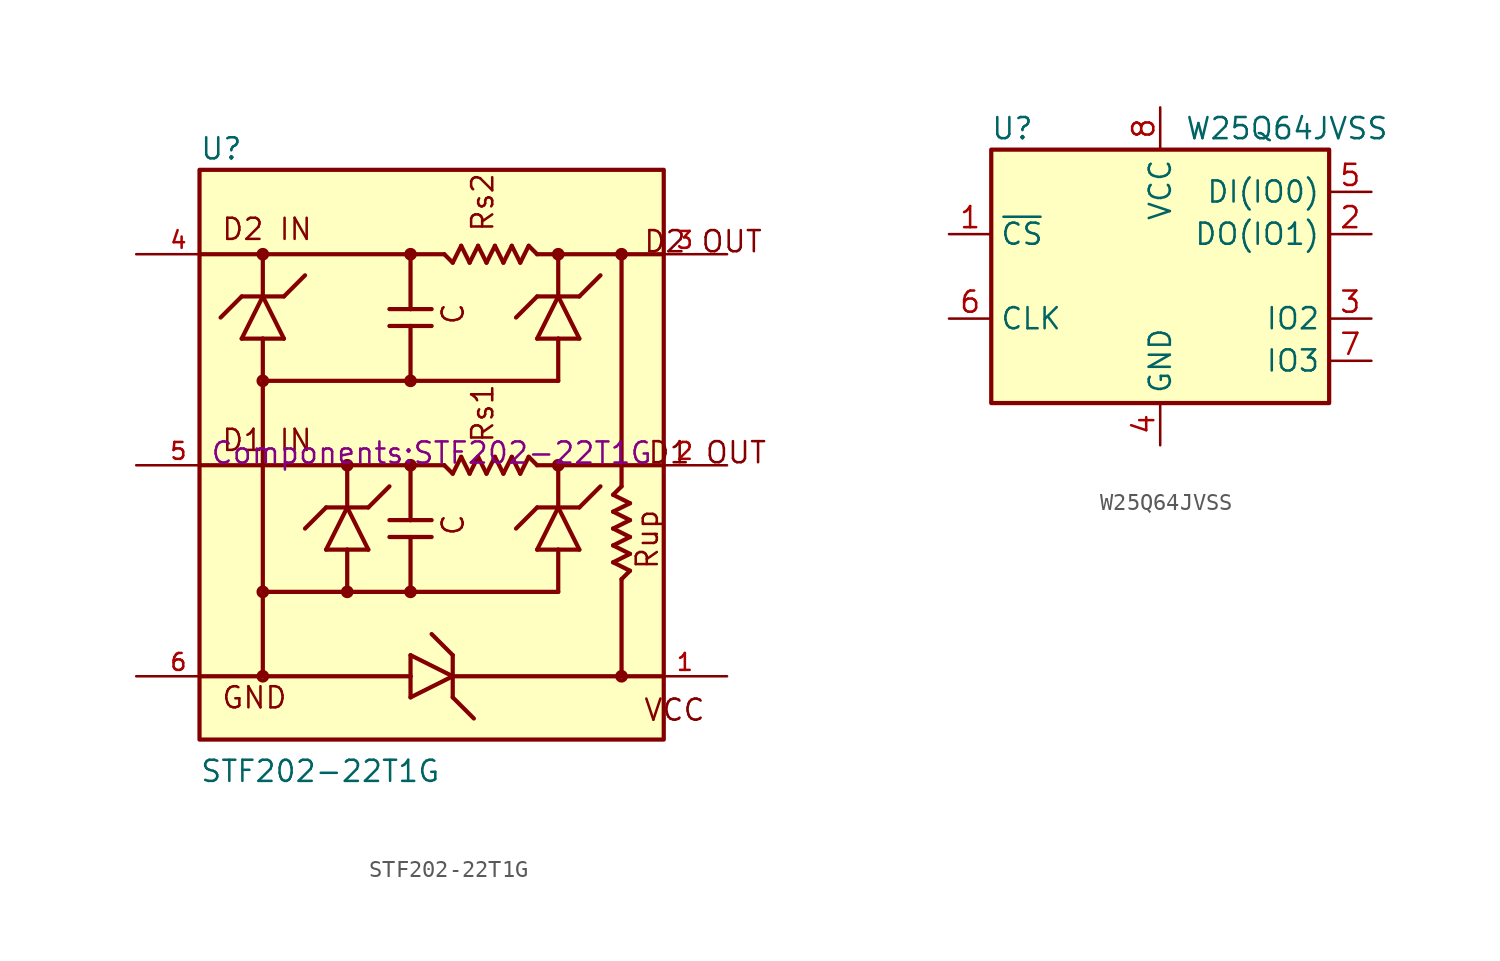
<source format=kicad_sym>
(kicad_symbol_lib
  (version 20211014)
  (generator kicad_symbol_editor)
  (symbol "STF202-22T1G"
    (pin_names
      (offset 1.016))
    (property "Reference" "U"
      (at -13.97 19.05 0)
      (effects (font (size 1.27 1.27)) (justify left)))
    (property "Value" "STF202-22T1G"
      (at -13.97 -18.415 0)
      (effects (font (size 1.27 1.27)) (justify left)))
    (property "Footprint" "Components:STF202-22T1G"
      (at 0 0 0)
      (effects (font (size 1.27 1.27)) (justify bottom)))
    (symbol "STF202-22T1G_0_0"
      (rectangle (start -13.97 -16.51) (end 13.97 17.78) (stroke (width 0.254) (type default) (color 0 0 0 0)) (fill (type background)))
      (circle (center -10.16 -12.7) (radius 0.254) (stroke (width 0.254) (type default) (color 0 0 0 0)) (fill (type none)))
      (circle (center -10.16 -7.62) (radius 0.254) (stroke (width 0.254) (type default) (color 0 0 0 0)) (fill (type none)))
      (circle (center -10.16 5.08) (radius 0.254) (stroke (width 0.254) (type default) (color 0 0 0 0)) (fill (type none)))
      (circle (center -10.16 12.7) (radius 0.254) (stroke (width 0.254) (type default) (color 0 0 0 0)) (fill (type none)))
      (circle (center -5.08 -7.62) (radius 0.254) (stroke (width 0.254) (type default) (color 0 0 0 0)) (fill (type none)))
      (circle (center -5.08 0) (radius 0.254) (stroke (width 0.254) (type default) (color 0 0 0 0)) (fill (type none)))
      (circle (center -1.27 -7.62) (radius 0.254) (stroke (width 0.254) (type default) (color 0 0 0 0)) (fill (type none)))
      (circle (center -1.27 0) (radius 0.254) (stroke (width 0.254) (type default) (color 0 0 0 0)) (fill (type none)))
      (circle (center -1.27 5.08) (radius 0.254) (stroke (width 0.254) (type default) (color 0 0 0 0)) (fill (type none)))
      (circle (center -1.27 12.7) (radius 0.254) (stroke (width 0.254) (type default) (color 0 0 0 0)) (fill (type none)))
      (polyline (pts (xy -13.97 -12.7) (xy -1.27 -12.7)) (stroke (width 0.254) (type default) (color 0 0 0 0)) (fill (type none)))
      (polyline (pts (xy -11.43 7.62) (xy -10.16 7.62)) (stroke (width 0.254) (type default) (color 0 0 0 0)) (fill (type none)))
      (polyline (pts (xy -11.43 10.16) (xy -12.7 8.89)) (stroke (width 0.254) (type default) (color 0 0 0 0)) (fill (type none)))
      (polyline (pts (xy -11.43 10.16) (xy -10.16 10.16)) (stroke (width 0.254) (type default) (color 0 0 0 0)) (fill (type none)))
      (polyline (pts (xy -10.16 -7.62) (xy -10.16 -12.7)) (stroke (width 0.254) (type default) (color 0 0 0 0)) (fill (type none)))
      (polyline (pts (xy -10.16 5.08) (xy -10.16 -7.62)) (stroke (width 0.254) (type default) (color 0 0 0 0)) (fill (type none)))
      (polyline (pts (xy -10.16 7.62) (xy -10.16 5.08)) (stroke (width 0.254) (type default) (color 0 0 0 0)) (fill (type none)))
      (polyline (pts (xy -10.16 7.62) (xy -8.89 7.62)) (stroke (width 0.254) (type default) (color 0 0 0 0)) (fill (type none)))
      (polyline (pts (xy -10.16 10.16) (xy -11.43 7.62)) (stroke (width 0.254) (type default) (color 0 0 0 0)) (fill (type none)))
      (polyline (pts (xy -10.16 10.16) (xy -8.89 10.16)) (stroke (width 0.254) (type default) (color 0 0 0 0)) (fill (type none)))
      (polyline (pts (xy -10.16 12.7) (xy -10.16 10.16)) (stroke (width 0.254) (type default) (color 0 0 0 0)) (fill (type none)))
      (polyline (pts (xy -8.89 7.62) (xy -10.16 10.16)) (stroke (width 0.254) (type default) (color 0 0 0 0)) (fill (type none)))
      (polyline (pts (xy -8.89 10.16) (xy -7.62 11.43)) (stroke (width 0.254) (type default) (color 0 0 0 0)) (fill (type none)))
      (polyline (pts (xy -6.35 -5.08) (xy -5.08 -5.08)) (stroke (width 0.254) (type default) (color 0 0 0 0)) (fill (type none)))
      (polyline (pts (xy -6.35 -2.54) (xy -7.62 -3.81)) (stroke (width 0.254) (type default) (color 0 0 0 0)) (fill (type none)))
      (polyline (pts (xy -6.35 -2.54) (xy -5.08 -2.54)) (stroke (width 0.254) (type default) (color 0 0 0 0)) (fill (type none)))
      (polyline (pts (xy -5.08 -7.62) (xy -5.08 -5.08)) (stroke (width 0.254) (type default) (color 0 0 0 0)) (fill (type none)))
      (polyline (pts (xy -5.08 -5.08) (xy -3.81 -5.08)) (stroke (width 0.254) (type default) (color 0 0 0 0)) (fill (type none)))
      (polyline (pts (xy -5.08 -2.54) (xy -6.35 -5.08)) (stroke (width 0.254) (type default) (color 0 0 0 0)) (fill (type none)))
      (polyline (pts (xy -5.08 -2.54) (xy -3.81 -2.54)) (stroke (width 0.254) (type default) (color 0 0 0 0)) (fill (type none)))
      (polyline (pts (xy -5.08 0) (xy -5.08 -2.54)) (stroke (width 0.254) (type default) (color 0 0 0 0)) (fill (type none)))
      (polyline (pts (xy -3.81 -5.08) (xy -5.08 -2.54)) (stroke (width 0.254) (type default) (color 0 0 0 0)) (fill (type none)))
      (polyline (pts (xy -3.81 -2.54) (xy -2.54 -1.27)) (stroke (width 0.254) (type default) (color 0 0 0 0)) (fill (type none)))
      (polyline (pts (xy -2.54 -4.318) (xy -1.27 -4.318)) (stroke (width 0.254) (type default) (color 0 0 0 0)) (fill (type none)))
      (polyline (pts (xy -2.54 -3.302) (xy -1.27 -3.302)) (stroke (width 0.254) (type default) (color 0 0 0 0)) (fill (type none)))
      (polyline (pts (xy -2.54 8.382) (xy -1.27 8.382)) (stroke (width 0.254) (type default) (color 0 0 0 0)) (fill (type none)))
      (polyline (pts (xy -2.54 9.398) (xy -1.27 9.398)) (stroke (width 0.254) (type default) (color 0 0 0 0)) (fill (type none)))
      (polyline (pts (xy -1.27 -13.97) (xy 1.27 -12.7)) (stroke (width 0.254) (type default) (color 0 0 0 0)) (fill (type none)))
      (polyline (pts (xy -1.27 -12.7) (xy -1.27 -13.97)) (stroke (width 0.254) (type default) (color 0 0 0 0)) (fill (type none)))
      (polyline (pts (xy -1.27 -11.43) (xy -1.27 -12.7)) (stroke (width 0.254) (type default) (color 0 0 0 0)) (fill (type none)))
      (polyline (pts (xy -1.27 -7.62) (xy -1.27 -4.318)) (stroke (width 0.254) (type default) (color 0 0 0 0)) (fill (type none)))
      (polyline (pts (xy -1.27 -4.318) (xy 0 -4.318)) (stroke (width 0.254) (type default) (color 0 0 0 0)) (fill (type none)))
      (polyline (pts (xy -1.27 -3.302) (xy 0 -3.302)) (stroke (width 0.254) (type default) (color 0 0 0 0)) (fill (type none)))
      (polyline (pts (xy -1.27 0) (xy -13.97 0)) (stroke (width 0.254) (type default) (color 0 0 0 0)) (fill (type none)))
      (polyline (pts (xy -1.27 0) (xy -1.27 -3.302)) (stroke (width 0.254) (type default) (color 0 0 0 0)) (fill (type none)))
      (polyline (pts (xy -1.27 0) (xy 0.762 0)) (stroke (width 0.254) (type default) (color 0 0 0 0)) (fill (type none)))
      (polyline (pts (xy -1.27 5.08) (xy -1.27 8.382)) (stroke (width 0.254) (type default) (color 0 0 0 0)) (fill (type none)))
      (polyline (pts (xy -1.27 8.382) (xy 0 8.382)) (stroke (width 0.254) (type default) (color 0 0 0 0)) (fill (type none)))
      (polyline (pts (xy -1.27 9.398) (xy 0 9.398)) (stroke (width 0.254) (type default) (color 0 0 0 0)) (fill (type none)))
      (polyline (pts (xy -1.27 12.7) (xy -13.97 12.7)) (stroke (width 0.254) (type default) (color 0 0 0 0)) (fill (type none)))
      (polyline (pts (xy -1.27 12.7) (xy -1.27 9.398)) (stroke (width 0.254) (type default) (color 0 0 0 0)) (fill (type none)))
      (polyline (pts (xy -1.27 12.7) (xy 0.762 12.7)) (stroke (width 0.254) (type default) (color 0 0 0 0)) (fill (type none)))
      (polyline (pts (xy 1.27 -13.97) (xy 2.54 -15.24)) (stroke (width 0.254) (type default) (color 0 0 0 0)) (fill (type none)))
      (polyline (pts (xy 1.27 -12.7) (xy -1.27 -11.43)) (stroke (width 0.254) (type default) (color 0 0 0 0)) (fill (type none)))
      (polyline (pts (xy 1.27 -12.7) (xy 1.27 -13.97)) (stroke (width 0.254) (type default) (color 0 0 0 0)) (fill (type none)))
      (polyline (pts (xy 1.27 -11.43) (xy 0 -10.16)) (stroke (width 0.254) (type default) (color 0 0 0 0)) (fill (type none)))
      (polyline (pts (xy 1.27 -11.43) (xy 1.27 -12.7)) (stroke (width 0.254) (type default) (color 0 0 0 0)) (fill (type none)))
      (polyline (pts (xy 1.27 -0.508) (xy 0.762 0)) (stroke (width 0.254) (type default) (color 0 0 0 0)) (fill (type none)))
      (polyline (pts (xy 1.27 12.192) (xy 0.762 12.7)) (stroke (width 0.254) (type default) (color 0 0 0 0)) (fill (type none)))
      (polyline (pts (xy 1.778 0.508) (xy 1.27 -0.508)) (stroke (width 0.254) (type default) (color 0 0 0 0)) (fill (type none)))
      (polyline (pts (xy 1.778 13.208) (xy 1.27 12.192)) (stroke (width 0.254) (type default) (color 0 0 0 0)) (fill (type none)))
      (polyline (pts (xy 2.286 -0.508) (xy 1.778 0.508)) (stroke (width 0.254) (type default) (color 0 0 0 0)) (fill (type none)))
      (polyline (pts (xy 2.286 12.192) (xy 1.778 13.208)) (stroke (width 0.254) (type default) (color 0 0 0 0)) (fill (type none)))
      (polyline (pts (xy 2.794 0.508) (xy 2.286 -0.508)) (stroke (width 0.254) (type default) (color 0 0 0 0)) (fill (type none)))
      (polyline (pts (xy 2.794 13.208) (xy 2.286 12.192)) (stroke (width 0.254) (type default) (color 0 0 0 0)) (fill (type none)))
      (polyline (pts (xy 3.302 -0.508) (xy 2.794 0.508)) (stroke (width 0.254) (type default) (color 0 0 0 0)) (fill (type none)))
      (polyline (pts (xy 3.302 12.192) (xy 2.794 13.208)) (stroke (width 0.254) (type default) (color 0 0 0 0)) (fill (type none)))
      (polyline (pts (xy 3.81 0.508) (xy 3.302 -0.508)) (stroke (width 0.254) (type default) (color 0 0 0 0)) (fill (type none)))
      (polyline (pts (xy 3.81 13.208) (xy 3.302 12.192)) (stroke (width 0.254) (type default) (color 0 0 0 0)) (fill (type none)))
      (polyline (pts (xy 4.318 -0.508) (xy 3.81 0.508)) (stroke (width 0.254) (type default) (color 0 0 0 0)) (fill (type none)))
      (polyline (pts (xy 4.318 12.192) (xy 3.81 13.208)) (stroke (width 0.254) (type default) (color 0 0 0 0)) (fill (type none)))
      (polyline (pts (xy 4.826 0.508) (xy 4.318 -0.508)) (stroke (width 0.254) (type default) (color 0 0 0 0)) (fill (type none)))
      (polyline (pts (xy 4.826 13.208) (xy 4.318 12.192)) (stroke (width 0.254) (type default) (color 0 0 0 0)) (fill (type none)))
      (polyline (pts (xy 5.334 -0.508) (xy 4.826 0.508)) (stroke (width 0.254) (type default) (color 0 0 0 0)) (fill (type none)))
      (polyline (pts (xy 5.334 12.192) (xy 4.826 13.208)) (stroke (width 0.254) (type default) (color 0 0 0 0)) (fill (type none)))
      (polyline (pts (xy 5.842 0.508) (xy 5.334 -0.508)) (stroke (width 0.254) (type default) (color 0 0 0 0)) (fill (type none)))
      (polyline (pts (xy 5.842 13.208) (xy 5.334 12.192)) (stroke (width 0.254) (type default) (color 0 0 0 0)) (fill (type none)))
      (polyline (pts (xy 6.35 -5.08) (xy 7.62 -5.08)) (stroke (width 0.254) (type default) (color 0 0 0 0)) (fill (type none)))
      (polyline (pts (xy 6.35 -2.54) (xy 5.08 -3.81)) (stroke (width 0.254) (type default) (color 0 0 0 0)) (fill (type none)))
      (polyline (pts (xy 6.35 -2.54) (xy 7.62 -2.54)) (stroke (width 0.254) (type default) (color 0 0 0 0)) (fill (type none)))
      (polyline (pts (xy 6.35 0) (xy 5.842 0.508)) (stroke (width 0.254) (type default) (color 0 0 0 0)) (fill (type none)))
      (polyline (pts (xy 6.35 0) (xy 7.62 0)) (stroke (width 0.254) (type default) (color 0 0 0 0)) (fill (type none)))
      (polyline (pts (xy 6.35 7.62) (xy 7.62 7.62)) (stroke (width 0.254) (type default) (color 0 0 0 0)) (fill (type none)))
      (polyline (pts (xy 6.35 10.16) (xy 5.08 8.89)) (stroke (width 0.254) (type default) (color 0 0 0 0)) (fill (type none)))
      (polyline (pts (xy 6.35 10.16) (xy 7.62 10.16)) (stroke (width 0.254) (type default) (color 0 0 0 0)) (fill (type none)))
      (polyline (pts (xy 6.35 12.7) (xy 5.842 13.208)) (stroke (width 0.254) (type default) (color 0 0 0 0)) (fill (type none)))
      (polyline (pts (xy 6.35 12.7) (xy 7.62 12.7)) (stroke (width 0.254) (type default) (color 0 0 0 0)) (fill (type none)))
      (polyline (pts (xy 7.62 -7.62) (xy -10.16 -7.62)) (stroke (width 0.254) (type default) (color 0 0 0 0)) (fill (type none)))
      (polyline (pts (xy 7.62 -7.62) (xy 7.62 -5.08)) (stroke (width 0.254) (type default) (color 0 0 0 0)) (fill (type none)))
      (polyline (pts (xy 7.62 -5.08) (xy 8.89 -5.08)) (stroke (width 0.254) (type default) (color 0 0 0 0)) (fill (type none)))
      (polyline (pts (xy 7.62 -2.54) (xy 6.35 -5.08)) (stroke (width 0.254) (type default) (color 0 0 0 0)) (fill (type none)))
      (polyline (pts (xy 7.62 -2.54) (xy 8.89 -2.54)) (stroke (width 0.254) (type default) (color 0 0 0 0)) (fill (type none)))
      (polyline (pts (xy 7.62 0) (xy 7.62 -2.54)) (stroke (width 0.254) (type default) (color 0 0 0 0)) (fill (type none)))
      (polyline (pts (xy 7.62 0) (xy 11.43 0)) (stroke (width 0.254) (type default) (color 0 0 0 0)) (fill (type none)))
      (polyline (pts (xy 7.62 5.08) (xy -10.16 5.08)) (stroke (width 0.254) (type default) (color 0 0 0 0)) (fill (type none)))
      (polyline (pts (xy 7.62 5.08) (xy 7.62 7.62)) (stroke (width 0.254) (type default) (color 0 0 0 0)) (fill (type none)))
      (polyline (pts (xy 7.62 7.62) (xy 8.89 7.62)) (stroke (width 0.254) (type default) (color 0 0 0 0)) (fill (type none)))
      (polyline (pts (xy 7.62 10.16) (xy 6.35 7.62)) (stroke (width 0.254) (type default) (color 0 0 0 0)) (fill (type none)))
      (polyline (pts (xy 7.62 10.16) (xy 8.89 10.16)) (stroke (width 0.254) (type default) (color 0 0 0 0)) (fill (type none)))
      (polyline (pts (xy 7.62 12.7) (xy 7.62 10.16)) (stroke (width 0.254) (type default) (color 0 0 0 0)) (fill (type none)))
      (polyline (pts (xy 8.89 -5.08) (xy 7.62 -2.54)) (stroke (width 0.254) (type default) (color 0 0 0 0)) (fill (type none)))
      (polyline (pts (xy 8.89 -2.54) (xy 10.16 -1.27)) (stroke (width 0.254) (type default) (color 0 0 0 0)) (fill (type none)))
      (polyline (pts (xy 8.89 7.62) (xy 7.62 10.16)) (stroke (width 0.254) (type default) (color 0 0 0 0)) (fill (type none)))
      (polyline (pts (xy 8.89 10.16) (xy 10.16 11.43)) (stroke (width 0.254) (type default) (color 0 0 0 0)) (fill (type none)))
      (polyline (pts (xy 10.922 -5.842) (xy 11.938 -6.35)) (stroke (width 0.254) (type default) (color 0 0 0 0)) (fill (type none)))
      (polyline (pts (xy 10.922 -4.826) (xy 11.938 -5.334)) (stroke (width 0.254) (type default) (color 0 0 0 0)) (fill (type none)))
      (polyline (pts (xy 10.922 -3.81) (xy 11.938 -4.318)) (stroke (width 0.254) (type default) (color 0 0 0 0)) (fill (type none)))
      (polyline (pts (xy 10.922 -2.794) (xy 11.938 -3.302)) (stroke (width 0.254) (type default) (color 0 0 0 0)) (fill (type none)))
      (polyline (pts (xy 10.922 -1.778) (xy 11.938 -2.286)) (stroke (width 0.254) (type default) (color 0 0 0 0)) (fill (type none)))
      (polyline (pts (xy 11.43 -12.7) (xy 1.27 -12.7)) (stroke (width 0.254) (type default) (color 0 0 0 0)) (fill (type none)))
      (polyline (pts (xy 11.43 -12.7) (xy 11.43 -6.858)) (stroke (width 0.254) (type default) (color 0 0 0 0)) (fill (type none)))
      (polyline (pts (xy 11.43 -12.7) (xy 13.97 -12.7)) (stroke (width 0.254) (type default) (color 0 0 0 0)) (fill (type none)))
      (polyline (pts (xy 11.43 -1.27) (xy 10.922 -1.778)) (stroke (width 0.254) (type default) (color 0 0 0 0)) (fill (type none)))
      (polyline (pts (xy 11.43 -1.27) (xy 11.43 0)) (stroke (width 0.254) (type default) (color 0 0 0 0)) (fill (type none)))
      (polyline (pts (xy 11.43 0) (xy 11.43 12.7)) (stroke (width 0.254) (type default) (color 0 0 0 0)) (fill (type none)))
      (polyline (pts (xy 11.43 0) (xy 13.97 0)) (stroke (width 0.254) (type default) (color 0 0 0 0)) (fill (type none)))
      (polyline (pts (xy 11.43 12.7) (xy 7.62 12.7)) (stroke (width 0.254) (type default) (color 0 0 0 0)) (fill (type none)))
      (polyline (pts (xy 11.43 12.7) (xy 13.97 12.7)) (stroke (width 0.254) (type default) (color 0 0 0 0)) (fill (type none)))
      (polyline (pts (xy 11.938 -6.35) (xy 11.43 -6.858)) (stroke (width 0.254) (type default) (color 0 0 0 0)) (fill (type none)))
      (polyline (pts (xy 11.938 -5.334) (xy 10.922 -5.842)) (stroke (width 0.254) (type default) (color 0 0 0 0)) (fill (type none)))
      (polyline (pts (xy 11.938 -4.318) (xy 10.922 -4.826)) (stroke (width 0.254) (type default) (color 0 0 0 0)) (fill (type none)))
      (polyline (pts (xy 11.938 -3.302) (xy 10.922 -3.81)) (stroke (width 0.254) (type default) (color 0 0 0 0)) (fill (type none)))
      (polyline (pts (xy 11.938 -2.286) (xy 10.922 -2.794)) (stroke (width 0.254) (type default) (color 0 0 0 0)) (fill (type none)))
      (circle (center 7.62 0) (radius 0.254) (stroke (width 0.254) (type default) (color 0 0 0 0)) (fill (type none)))
      (circle (center 7.62 12.7) (radius 0.254) (stroke (width 0.254) (type default) (color 0 0 0 0)) (fill (type none)))
      (circle (center 11.43 -12.7) (radius 0.254) (stroke (width 0.254) (type default) (color 0 0 0 0)) (fill (type none)))
      (circle (center 11.43 12.7) (radius 0.254) (stroke (width 0.254) (type default) (color 0 0 0 0)) (fill (type none)))
      (text "C" (at 2.032 -4.318 900) (effects (font (size 1.27 1.27)) (justify left bottom)))
      (text "C" (at 2.032 8.382 900) (effects (font (size 1.27 1.27)) (justify left bottom)))
      (text "D1 IN" (at -12.7 0.762 0) (effects (font (size 1.27 1.27)) (justify left bottom)))
      (text "D1 OUT" (at 12.954 0.762 0) (effects (font (size 1.27 1.27)) (justify left)))
      (text "D2 IN" (at -12.7 13.462 0) (effects (font (size 1.27 1.27)) (justify left bottom)))
      (text "D2 OUT" (at 12.7 13.462 0) (effects (font (size 1.27 1.27)) (justify left)))
      (text "GND" (at -12.7 -14.732 0) (effects (font (size 1.27 1.27)) (justify left bottom)))
      (text "Rs1" (at 3.81 1.27 900) (effects (font (size 1.27 1.27)) (justify left bottom)))
      (text "Rs2" (at 3.81 13.97 900) (effects (font (size 1.27 1.27)) (justify left bottom)))
      (text "Rup" (at 13.716 -6.35 900) (effects (font (size 1.27 1.27)) (justify left bottom)))
      (text "VCC" (at 12.7 -14.732 0) (effects (font (size 1.27 1.27)) (justify left)))
      (pin bidirectional line (at 17.78 -12.7 180) (length 5.08) (name "~" (effects (font (size 1.016 1.016)))) (number "1" (effects (font (size 1.016 1.016)))))
      (pin bidirectional line (at 17.78 0 180) (length 5.08) (name "~" (effects (font (size 1.016 1.016)))) (number "2" (effects (font (size 1.016 1.016)))))
      (pin bidirectional line (at 17.78 12.7 180) (length 5.08) (name "~" (effects (font (size 1.016 1.016)))) (number "3" (effects (font (size 1.016 1.016)))))
      (pin bidirectional line (at -17.78 12.7 0) (length 5.08) (name "~" (effects (font (size 1.016 1.016)))) (number "4" (effects (font (size 1.016 1.016)))))
      (pin bidirectional line (at -17.78 0 0) (length 5.08) (name "~" (effects (font (size 1.016 1.016)))) (number "5" (effects (font (size 1.016 1.016)))))
      (pin bidirectional line (at -17.78 -12.7 0) (length 5.08) (name "~" (effects (font (size 1.016 1.016)))) (number "6" (effects (font (size 1.016 1.016)))))))
  (symbol "W25Q64JVSS"
    (property "Reference" "U"
      (at -8.89 8.89 0)
      (effects (font (size 1.27 1.27))))
    (property "Value" "W25Q64JVSS"
      (at 7.62 8.89 0)
      (effects (font (size 1.27 1.27))))
    (symbol "W25Q64JVSS_0_1"
      (rectangle (start -10.16 7.62) (end 10.16 -7.62) (stroke (width 0.254) (type default) (color 0 0 0 0)) (fill (type background))))
    (symbol "W25Q64JVSS_1_1"
      (pin input line (at -12.7 2.54 0) (length 2.54) (name "~{CS}" (effects (font (size 1.27 1.27)))) (number "1" (effects (font (size 1.27 1.27)))))
      (pin bidirectional line (at 12.7 2.54 180) (length 2.54) (name "DO(IO1)" (effects (font (size 1.27 1.27)))) (number "2" (effects (font (size 1.27 1.27)))))
      (pin bidirectional line (at 12.7 -2.54 180) (length 2.54) (name "IO2" (effects (font (size 1.27 1.27)))) (number "3" (effects (font (size 1.27 1.27)))))
      (pin power_in line (at 0 -10.16 90) (length 2.54) (name "GND" (effects (font (size 1.27 1.27)))) (number "4" (effects (font (size 1.27 1.27)))))
      (pin bidirectional line (at 12.7 5.08 180) (length 2.54) (name "DI(IO0)" (effects (font (size 1.27 1.27)))) (number "5" (effects (font (size 1.27 1.27)))))
      (pin input line (at -12.7 -2.54 0) (length 2.54) (name "CLK" (effects (font (size 1.27 1.27)))) (number "6" (effects (font (size 1.27 1.27)))))
      (pin bidirectional line (at 12.7 -5.08 180) (length 2.54) (name "IO3" (effects (font (size 1.27 1.27)))) (number "7" (effects (font (size 1.27 1.27)))))
      (pin power_in line (at 0 10.16 270) (length 2.54) (name "VCC" (effects (font (size 1.27 1.27)))) (number "8" (effects (font (size 1.27 1.27))))))))
</source>
